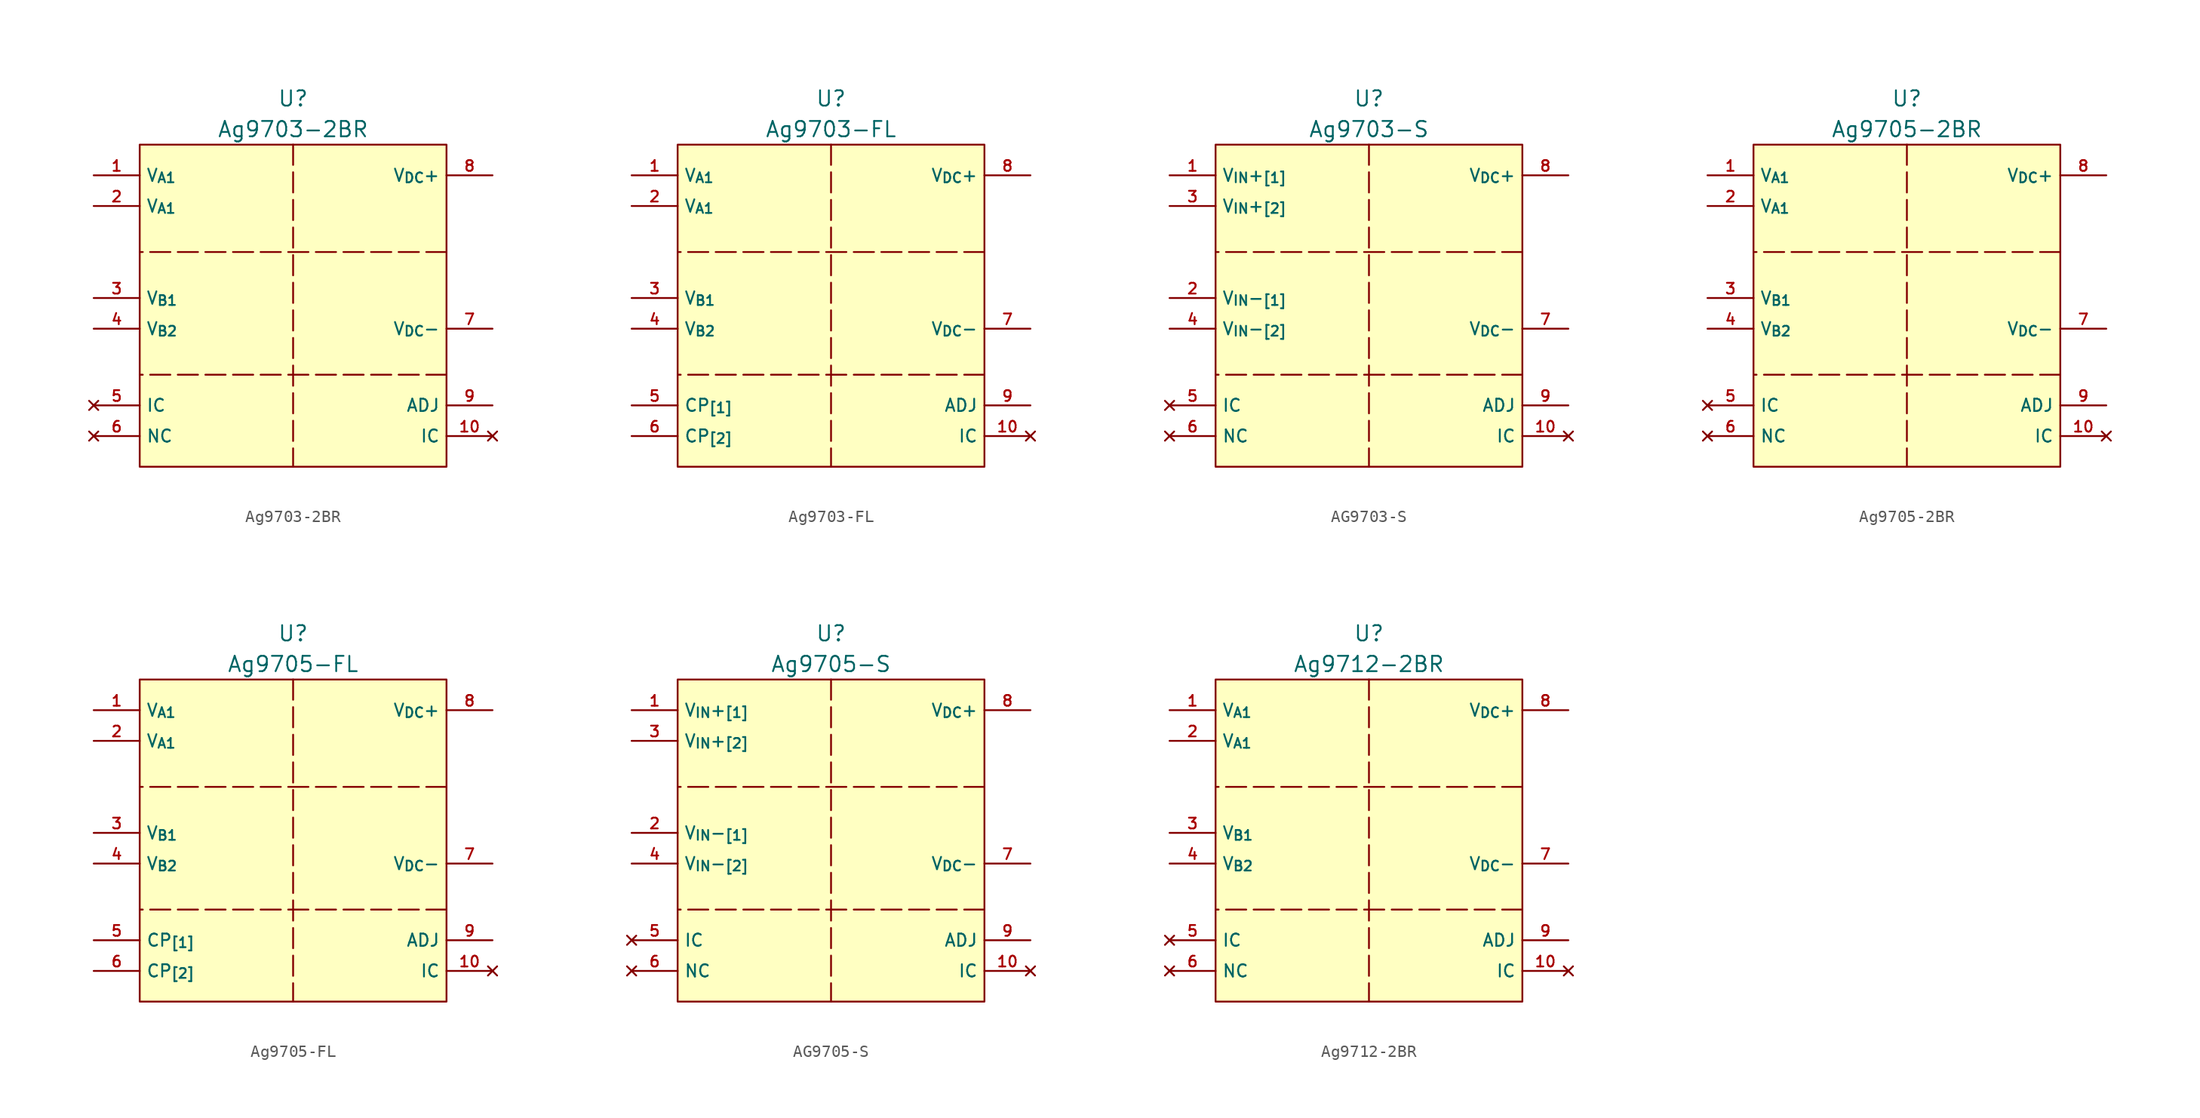
<source format=kicad_sym>
(kicad_symbol_lib
  (version 20241209)
  (generator "kicad_symbol_editor")
  (generator_version "9.0")
  (symbol "Ag9703-2BR"
    (property "Reference" "U"
      (at 0 3.81 0)
      (effects (font (size 1.27 1.27))))
    (property "Value" "Ag9703-2BR"
      (at 0 1.27 0)
      (effects (font (size 1.27 1.27))))
    (symbol "Ag9703-2BR_1_1"
      (rectangle (start -12.7 0) (end 12.7 -26.67) (stroke (width 0) (type solid)) (fill (type background)))
      (polyline (pts (xy 0 0) (xy 0 -26.67)) (stroke (width 0) (type dash)) (fill (type none)))
      (polyline (pts (xy 12.7 -8.89) (xy -12.7 -8.89)) (stroke (width 0) (type dash)) (fill (type none)))
      (polyline (pts (xy 12.7 -19.05) (xy -12.7 -19.05)) (stroke (width 0) (type dash)) (fill (type none)))
      (pin power_in line (at -16.51 -2.54 0) (length 3.81) (name "V_{A1}" (effects (font (size 1.016 1.016)))) (number "1" (effects (font (size 0.889 0.889)))))
      (pin power_in line (at -16.51 -5.08 0) (length 3.81) (name "V_{A1}" (effects (font (size 1.016 1.016)))) (number "2" (effects (font (size 0.889 0.889)))))
      (pin power_in line (at -16.51 -12.7 0) (length 3.81) (name "V_{B1}" (effects (font (size 1.016 1.016)))) (number "3" (effects (font (size 0.889 0.889)))))
      (pin power_in line (at -16.51 -15.24 0) (length 3.81) (name "V_{B2}" (effects (font (size 1.016 1.016)))) (number "4" (effects (font (size 0.889 0.889)))))
      (pin no_connect line (at -16.51 -21.59 0) (length 3.81) (name "IC" (effects (font (size 1.016 1.016)))) (number "5" (effects (font (size 0.889 0.889)))))
      (pin no_connect line (at -16.51 -24.13 0) (length 3.81) (name "NC" (effects (font (size 1.016 1.016)))) (number "6" (effects (font (size 0.889 0.889)))))
      (pin power_out line (at 16.51 -2.54 180) (length 3.81) (name "V_{DC}+" (effects (font (size 1.016 1.016)))) (number "8" (effects (font (size 0.889 0.889)))))
      (pin power_out line (at 16.51 -15.24 180) (length 3.81) (name "V_{DC}-" (effects (font (size 1.016 1.016)))) (number "7" (effects (font (size 0.889 0.889)))))
      (pin input line (at 16.51 -21.59 180) (length 3.81) (name "ADJ" (effects (font (size 1.016 1.016)))) (number "9" (effects (font (size 0.889 0.889)))))
      (pin no_connect line (at 16.51 -24.13 180) (length 3.81) (name "IC" (effects (font (size 1.016 1.016)))) (number "10" (effects (font (size 0.889 0.889)))))))
  (symbol "Ag9703-FL"
    (property "Reference" "U"
      (at 0 3.81 0)
      (effects (font (size 1.27 1.27))))
    (property "Value" "Ag9703-FL"
      (at 0 1.27 0)
      (effects (font (size 1.27 1.27))))
    (symbol "Ag9703-FL_1_1"
      (rectangle (start -12.7 0) (end 12.7 -26.67) (stroke (width 0) (type solid)) (fill (type background)))
      (polyline (pts (xy 0 0) (xy 0 -26.67)) (stroke (width 0) (type dash)) (fill (type none)))
      (polyline (pts (xy 12.7 -8.89) (xy -12.7 -8.89)) (stroke (width 0) (type dash)) (fill (type none)))
      (polyline (pts (xy 12.7 -19.05) (xy -12.7 -19.05)) (stroke (width 0) (type dash)) (fill (type none)))
      (pin power_in line (at -16.51 -2.54 0) (length 3.81) (name "V_{A1}" (effects (font (size 1.016 1.016)))) (number "1" (effects (font (size 0.889 0.889)))))
      (pin power_in line (at -16.51 -5.08 0) (length 3.81) (name "V_{A1}" (effects (font (size 1.016 1.016)))) (number "2" (effects (font (size 0.889 0.889)))))
      (pin power_in line (at -16.51 -12.7 0) (length 3.81) (name "V_{B1}" (effects (font (size 1.016 1.016)))) (number "3" (effects (font (size 0.889 0.889)))))
      (pin power_in line (at -16.51 -15.24 0) (length 3.81) (name "V_{B2}" (effects (font (size 1.016 1.016)))) (number "4" (effects (font (size 0.889 0.889)))))
      (pin input line (at -16.51 -21.59 0) (length 3.81) (name "CP_{[1]}" (effects (font (size 1.016 1.016)))) (number "5" (effects (font (size 0.889 0.889)))))
      (pin input line (at -16.51 -24.13 0) (length 3.81) (name "CP_{[2]}" (effects (font (size 1.016 1.016)))) (number "6" (effects (font (size 0.889 0.889)))))
      (pin power_out line (at 16.51 -2.54 180) (length 3.81) (name "V_{DC}+" (effects (font (size 1.016 1.016)))) (number "8" (effects (font (size 0.889 0.889)))))
      (pin power_out line (at 16.51 -15.24 180) (length 3.81) (name "V_{DC}-" (effects (font (size 1.016 1.016)))) (number "7" (effects (font (size 0.889 0.889)))))
      (pin input line (at 16.51 -21.59 180) (length 3.81) (name "ADJ" (effects (font (size 1.016 1.016)))) (number "9" (effects (font (size 0.889 0.889)))))
      (pin no_connect line (at 16.51 -24.13 180) (length 3.81) (name "IC" (effects (font (size 1.016 1.016)))) (number "10" (effects (font (size 0.889 0.889)))))))
  (symbol "AG9703-S"
    (property "Reference" "U"
      (at 0 3.81 0)
      (effects (font (size 1.27 1.27))))
    (property "Value" "Ag9703-S"
      (at 0 1.27 0)
      (effects (font (size 1.27 1.27))))
    (symbol "AG9703-S_1_1"
      (rectangle (start -12.7 0) (end 12.7 -26.67) (stroke (width 0) (type solid)) (fill (type background)))
      (polyline (pts (xy 0 0) (xy 0 -26.67)) (stroke (width 0) (type dash)) (fill (type none)))
      (polyline (pts (xy 12.7 -8.89) (xy -12.7 -8.89)) (stroke (width 0) (type dash)) (fill (type none)))
      (polyline (pts (xy 12.7 -19.05) (xy -12.7 -19.05)) (stroke (width 0) (type dash)) (fill (type none)))
      (pin power_in line (at -16.51 -2.54 0) (length 3.81) (name "V_{IN}+_{[1]}" (effects (font (size 1.016 1.016)))) (number "1" (effects (font (size 0.889 0.889)))))
      (pin power_in line (at -16.51 -5.08 0) (length 3.81) (name "V_{IN}+_{[2]}" (effects (font (size 1.016 1.016)))) (number "3" (effects (font (size 0.889 0.889)))))
      (pin power_in line (at -16.51 -12.7 0) (length 3.81) (name "V_{IN}-_{[1]}" (effects (font (size 1.016 1.016)))) (number "2" (effects (font (size 0.889 0.889)))))
      (pin power_in line (at -16.51 -15.24 0) (length 3.81) (name "V_{IN}-_{[2]}" (effects (font (size 1.016 1.016)))) (number "4" (effects (font (size 0.889 0.889)))))
      (pin no_connect line (at -16.51 -21.59 0) (length 3.81) (name "IC" (effects (font (size 1.016 1.016)))) (number "5" (effects (font (size 0.889 0.889)))))
      (pin no_connect line (at -16.51 -24.13 0) (length 3.81) (name "NC" (effects (font (size 1.016 1.016)))) (number "6" (effects (font (size 0.889 0.889)))))
      (pin power_out line (at 16.51 -2.54 180) (length 3.81) (name "V_{DC}+" (effects (font (size 1.016 1.016)))) (number "8" (effects (font (size 0.889 0.889)))))
      (pin power_out line (at 16.51 -15.24 180) (length 3.81) (name "V_{DC}-" (effects (font (size 1.016 1.016)))) (number "7" (effects (font (size 0.889 0.889)))))
      (pin input line (at 16.51 -21.59 180) (length 3.81) (name "ADJ" (effects (font (size 1.016 1.016)))) (number "9" (effects (font (size 0.889 0.889)))))
      (pin no_connect line (at 16.51 -24.13 180) (length 3.81) (name "IC" (effects (font (size 1.016 1.016)))) (number "10" (effects (font (size 0.889 0.889)))))))
  (symbol "Ag9705-2BR"
    (property "Reference" "U"
      (at 0 3.81 0)
      (effects (font (size 1.27 1.27))))
    (property "Value" "Ag9705-2BR"
      (at 0 1.27 0)
      (effects (font (size 1.27 1.27))))
    (symbol "Ag9705-2BR_1_1"
      (rectangle (start -12.7 0) (end 12.7 -26.67) (stroke (width 0) (type solid)) (fill (type background)))
      (polyline (pts (xy 0 0) (xy 0 -26.67)) (stroke (width 0) (type dash)) (fill (type none)))
      (polyline (pts (xy 12.7 -8.89) (xy -12.7 -8.89)) (stroke (width 0) (type dash)) (fill (type none)))
      (polyline (pts (xy 12.7 -19.05) (xy -12.7 -19.05)) (stroke (width 0) (type dash)) (fill (type none)))
      (pin power_in line (at -16.51 -2.54 0) (length 3.81) (name "V_{A1}" (effects (font (size 1.016 1.016)))) (number "1" (effects (font (size 0.889 0.889)))))
      (pin power_in line (at -16.51 -5.08 0) (length 3.81) (name "V_{A1}" (effects (font (size 1.016 1.016)))) (number "2" (effects (font (size 0.889 0.889)))))
      (pin power_in line (at -16.51 -12.7 0) (length 3.81) (name "V_{B1}" (effects (font (size 1.016 1.016)))) (number "3" (effects (font (size 0.889 0.889)))))
      (pin power_in line (at -16.51 -15.24 0) (length 3.81) (name "V_{B2}" (effects (font (size 1.016 1.016)))) (number "4" (effects (font (size 0.889 0.889)))))
      (pin no_connect line (at -16.51 -21.59 0) (length 3.81) (name "IC" (effects (font (size 1.016 1.016)))) (number "5" (effects (font (size 0.889 0.889)))))
      (pin no_connect line (at -16.51 -24.13 0) (length 3.81) (name "NC" (effects (font (size 1.016 1.016)))) (number "6" (effects (font (size 0.889 0.889)))))
      (pin power_out line (at 16.51 -2.54 180) (length 3.81) (name "V_{DC}+" (effects (font (size 1.016 1.016)))) (number "8" (effects (font (size 0.889 0.889)))))
      (pin power_out line (at 16.51 -15.24 180) (length 3.81) (name "V_{DC}-" (effects (font (size 1.016 1.016)))) (number "7" (effects (font (size 0.889 0.889)))))
      (pin input line (at 16.51 -21.59 180) (length 3.81) (name "ADJ" (effects (font (size 1.016 1.016)))) (number "9" (effects (font (size 0.889 0.889)))))
      (pin no_connect line (at 16.51 -24.13 180) (length 3.81) (name "IC" (effects (font (size 1.016 1.016)))) (number "10" (effects (font (size 0.889 0.889)))))))
  (symbol "Ag9705-FL"
    (property "Reference" "U"
      (at 0 3.81 0)
      (effects (font (size 1.27 1.27))))
    (property "Value" "Ag9705-FL"
      (at 0 1.27 0)
      (effects (font (size 1.27 1.27))))
    (symbol "Ag9705-FL_1_1"
      (rectangle (start -12.7 0) (end 12.7 -26.67) (stroke (width 0) (type solid)) (fill (type background)))
      (polyline (pts (xy 0 0) (xy 0 -26.67)) (stroke (width 0) (type dash)) (fill (type none)))
      (polyline (pts (xy 12.7 -8.89) (xy -12.7 -8.89)) (stroke (width 0) (type dash)) (fill (type none)))
      (polyline (pts (xy 12.7 -19.05) (xy -12.7 -19.05)) (stroke (width 0) (type dash)) (fill (type none)))
      (pin power_in line (at -16.51 -2.54 0) (length 3.81) (name "V_{A1}" (effects (font (size 1.016 1.016)))) (number "1" (effects (font (size 0.889 0.889)))))
      (pin power_in line (at -16.51 -5.08 0) (length 3.81) (name "V_{A1}" (effects (font (size 1.016 1.016)))) (number "2" (effects (font (size 0.889 0.889)))))
      (pin power_in line (at -16.51 -12.7 0) (length 3.81) (name "V_{B1}" (effects (font (size 1.016 1.016)))) (number "3" (effects (font (size 0.889 0.889)))))
      (pin power_in line (at -16.51 -15.24 0) (length 3.81) (name "V_{B2}" (effects (font (size 1.016 1.016)))) (number "4" (effects (font (size 0.889 0.889)))))
      (pin input line (at -16.51 -21.59 0) (length 3.81) (name "CP_{[1]}" (effects (font (size 1.016 1.016)))) (number "5" (effects (font (size 0.889 0.889)))))
      (pin input line (at -16.51 -24.13 0) (length 3.81) (name "CP_{[2]}" (effects (font (size 1.016 1.016)))) (number "6" (effects (font (size 0.889 0.889)))))
      (pin power_out line (at 16.51 -2.54 180) (length 3.81) (name "V_{DC}+" (effects (font (size 1.016 1.016)))) (number "8" (effects (font (size 0.889 0.889)))))
      (pin power_out line (at 16.51 -15.24 180) (length 3.81) (name "V_{DC}-" (effects (font (size 1.016 1.016)))) (number "7" (effects (font (size 0.889 0.889)))))
      (pin input line (at 16.51 -21.59 180) (length 3.81) (name "ADJ" (effects (font (size 1.016 1.016)))) (number "9" (effects (font (size 0.889 0.889)))))
      (pin no_connect line (at 16.51 -24.13 180) (length 3.81) (name "IC" (effects (font (size 1.016 1.016)))) (number "10" (effects (font (size 0.889 0.889)))))))
  (symbol "AG9705-S"
    (property "Reference" "U"
      (at 0 3.81 0)
      (effects (font (size 1.27 1.27))))
    (property "Value" "Ag9705-S"
      (at 0 1.27 0)
      (effects (font (size 1.27 1.27))))
    (symbol "AG9705-S_1_1"
      (rectangle (start -12.7 0) (end 12.7 -26.67) (stroke (width 0) (type solid)) (fill (type background)))
      (polyline (pts (xy 0 0) (xy 0 -26.67)) (stroke (width 0) (type dash)) (fill (type none)))
      (polyline (pts (xy 12.7 -8.89) (xy -12.7 -8.89)) (stroke (width 0) (type dash)) (fill (type none)))
      (polyline (pts (xy 12.7 -19.05) (xy -12.7 -19.05)) (stroke (width 0) (type dash)) (fill (type none)))
      (pin power_in line (at -16.51 -2.54 0) (length 3.81) (name "V_{IN}+_{[1]}" (effects (font (size 1.016 1.016)))) (number "1" (effects (font (size 0.889 0.889)))))
      (pin power_in line (at -16.51 -5.08 0) (length 3.81) (name "V_{IN}+_{[2]}" (effects (font (size 1.016 1.016)))) (number "3" (effects (font (size 0.889 0.889)))))
      (pin power_in line (at -16.51 -12.7 0) (length 3.81) (name "V_{IN}-_{[1]}" (effects (font (size 1.016 1.016)))) (number "2" (effects (font (size 0.889 0.889)))))
      (pin power_in line (at -16.51 -15.24 0) (length 3.81) (name "V_{IN}-_{[2]}" (effects (font (size 1.016 1.016)))) (number "4" (effects (font (size 0.889 0.889)))))
      (pin no_connect line (at -16.51 -21.59 0) (length 3.81) (name "IC" (effects (font (size 1.016 1.016)))) (number "5" (effects (font (size 0.889 0.889)))))
      (pin no_connect line (at -16.51 -24.13 0) (length 3.81) (name "NC" (effects (font (size 1.016 1.016)))) (number "6" (effects (font (size 0.889 0.889)))))
      (pin power_out line (at 16.51 -2.54 180) (length 3.81) (name "V_{DC}+" (effects (font (size 1.016 1.016)))) (number "8" (effects (font (size 0.889 0.889)))))
      (pin power_out line (at 16.51 -15.24 180) (length 3.81) (name "V_{DC}-" (effects (font (size 1.016 1.016)))) (number "7" (effects (font (size 0.889 0.889)))))
      (pin input line (at 16.51 -21.59 180) (length 3.81) (name "ADJ" (effects (font (size 1.016 1.016)))) (number "9" (effects (font (size 0.889 0.889)))))
      (pin no_connect line (at 16.51 -24.13 180) (length 3.81) (name "IC" (effects (font (size 1.016 1.016)))) (number "10" (effects (font (size 0.889 0.889)))))))
  (symbol "Ag9712-2BR"
    (property "Reference" "U"
      (at 0 3.81 0)
      (effects (font (size 1.27 1.27))))
    (property "Value" "Ag9712-2BR"
      (at 0 1.27 0)
      (effects (font (size 1.27 1.27))))
    (symbol "Ag9712-2BR_1_1"
      (rectangle (start -12.7 0) (end 12.7 -26.67) (stroke (width 0) (type solid)) (fill (type background)))
      (polyline (pts (xy 0 0) (xy 0 -26.67)) (stroke (width 0) (type dash)) (fill (type none)))
      (polyline (pts (xy 12.7 -8.89) (xy -12.7 -8.89)) (stroke (width 0) (type dash)) (fill (type none)))
      (polyline (pts (xy 12.7 -19.05) (xy -12.7 -19.05)) (stroke (width 0) (type dash)) (fill (type none)))
      (pin power_in line (at -16.51 -2.54 0) (length 3.81) (name "V_{A1}" (effects (font (size 1.016 1.016)))) (number "1" (effects (font (size 0.889 0.889)))))
      (pin power_in line (at -16.51 -5.08 0) (length 3.81) (name "V_{A1}" (effects (font (size 1.016 1.016)))) (number "2" (effects (font (size 0.889 0.889)))))
      (pin power_in line (at -16.51 -12.7 0) (length 3.81) (name "V_{B1}" (effects (font (size 1.016 1.016)))) (number "3" (effects (font (size 0.889 0.889)))))
      (pin power_in line (at -16.51 -15.24 0) (length 3.81) (name "V_{B2}" (effects (font (size 1.016 1.016)))) (number "4" (effects (font (size 0.889 0.889)))))
      (pin no_connect line (at -16.51 -21.59 0) (length 3.81) (name "IC" (effects (font (size 1.016 1.016)))) (number "5" (effects (font (size 0.889 0.889)))))
      (pin no_connect line (at -16.51 -24.13 0) (length 3.81) (name "NC" (effects (font (size 1.016 1.016)))) (number "6" (effects (font (size 0.889 0.889)))))
      (pin power_out line (at 16.51 -2.54 180) (length 3.81) (name "V_{DC}+" (effects (font (size 1.016 1.016)))) (number "8" (effects (font (size 0.889 0.889)))))
      (pin power_out line (at 16.51 -15.24 180) (length 3.81) (name "V_{DC}-" (effects (font (size 1.016 1.016)))) (number "7" (effects (font (size 0.889 0.889)))))
      (pin input line (at 16.51 -21.59 180) (length 3.81) (name "ADJ" (effects (font (size 1.016 1.016)))) (number "9" (effects (font (size 0.889 0.889)))))
      (pin no_connect line (at 16.51 -24.13 180) (length 3.81) (name "IC" (effects (font (size 1.016 1.016)))) (number "10" (effects (font (size 0.889 0.889))))))))
</source>
